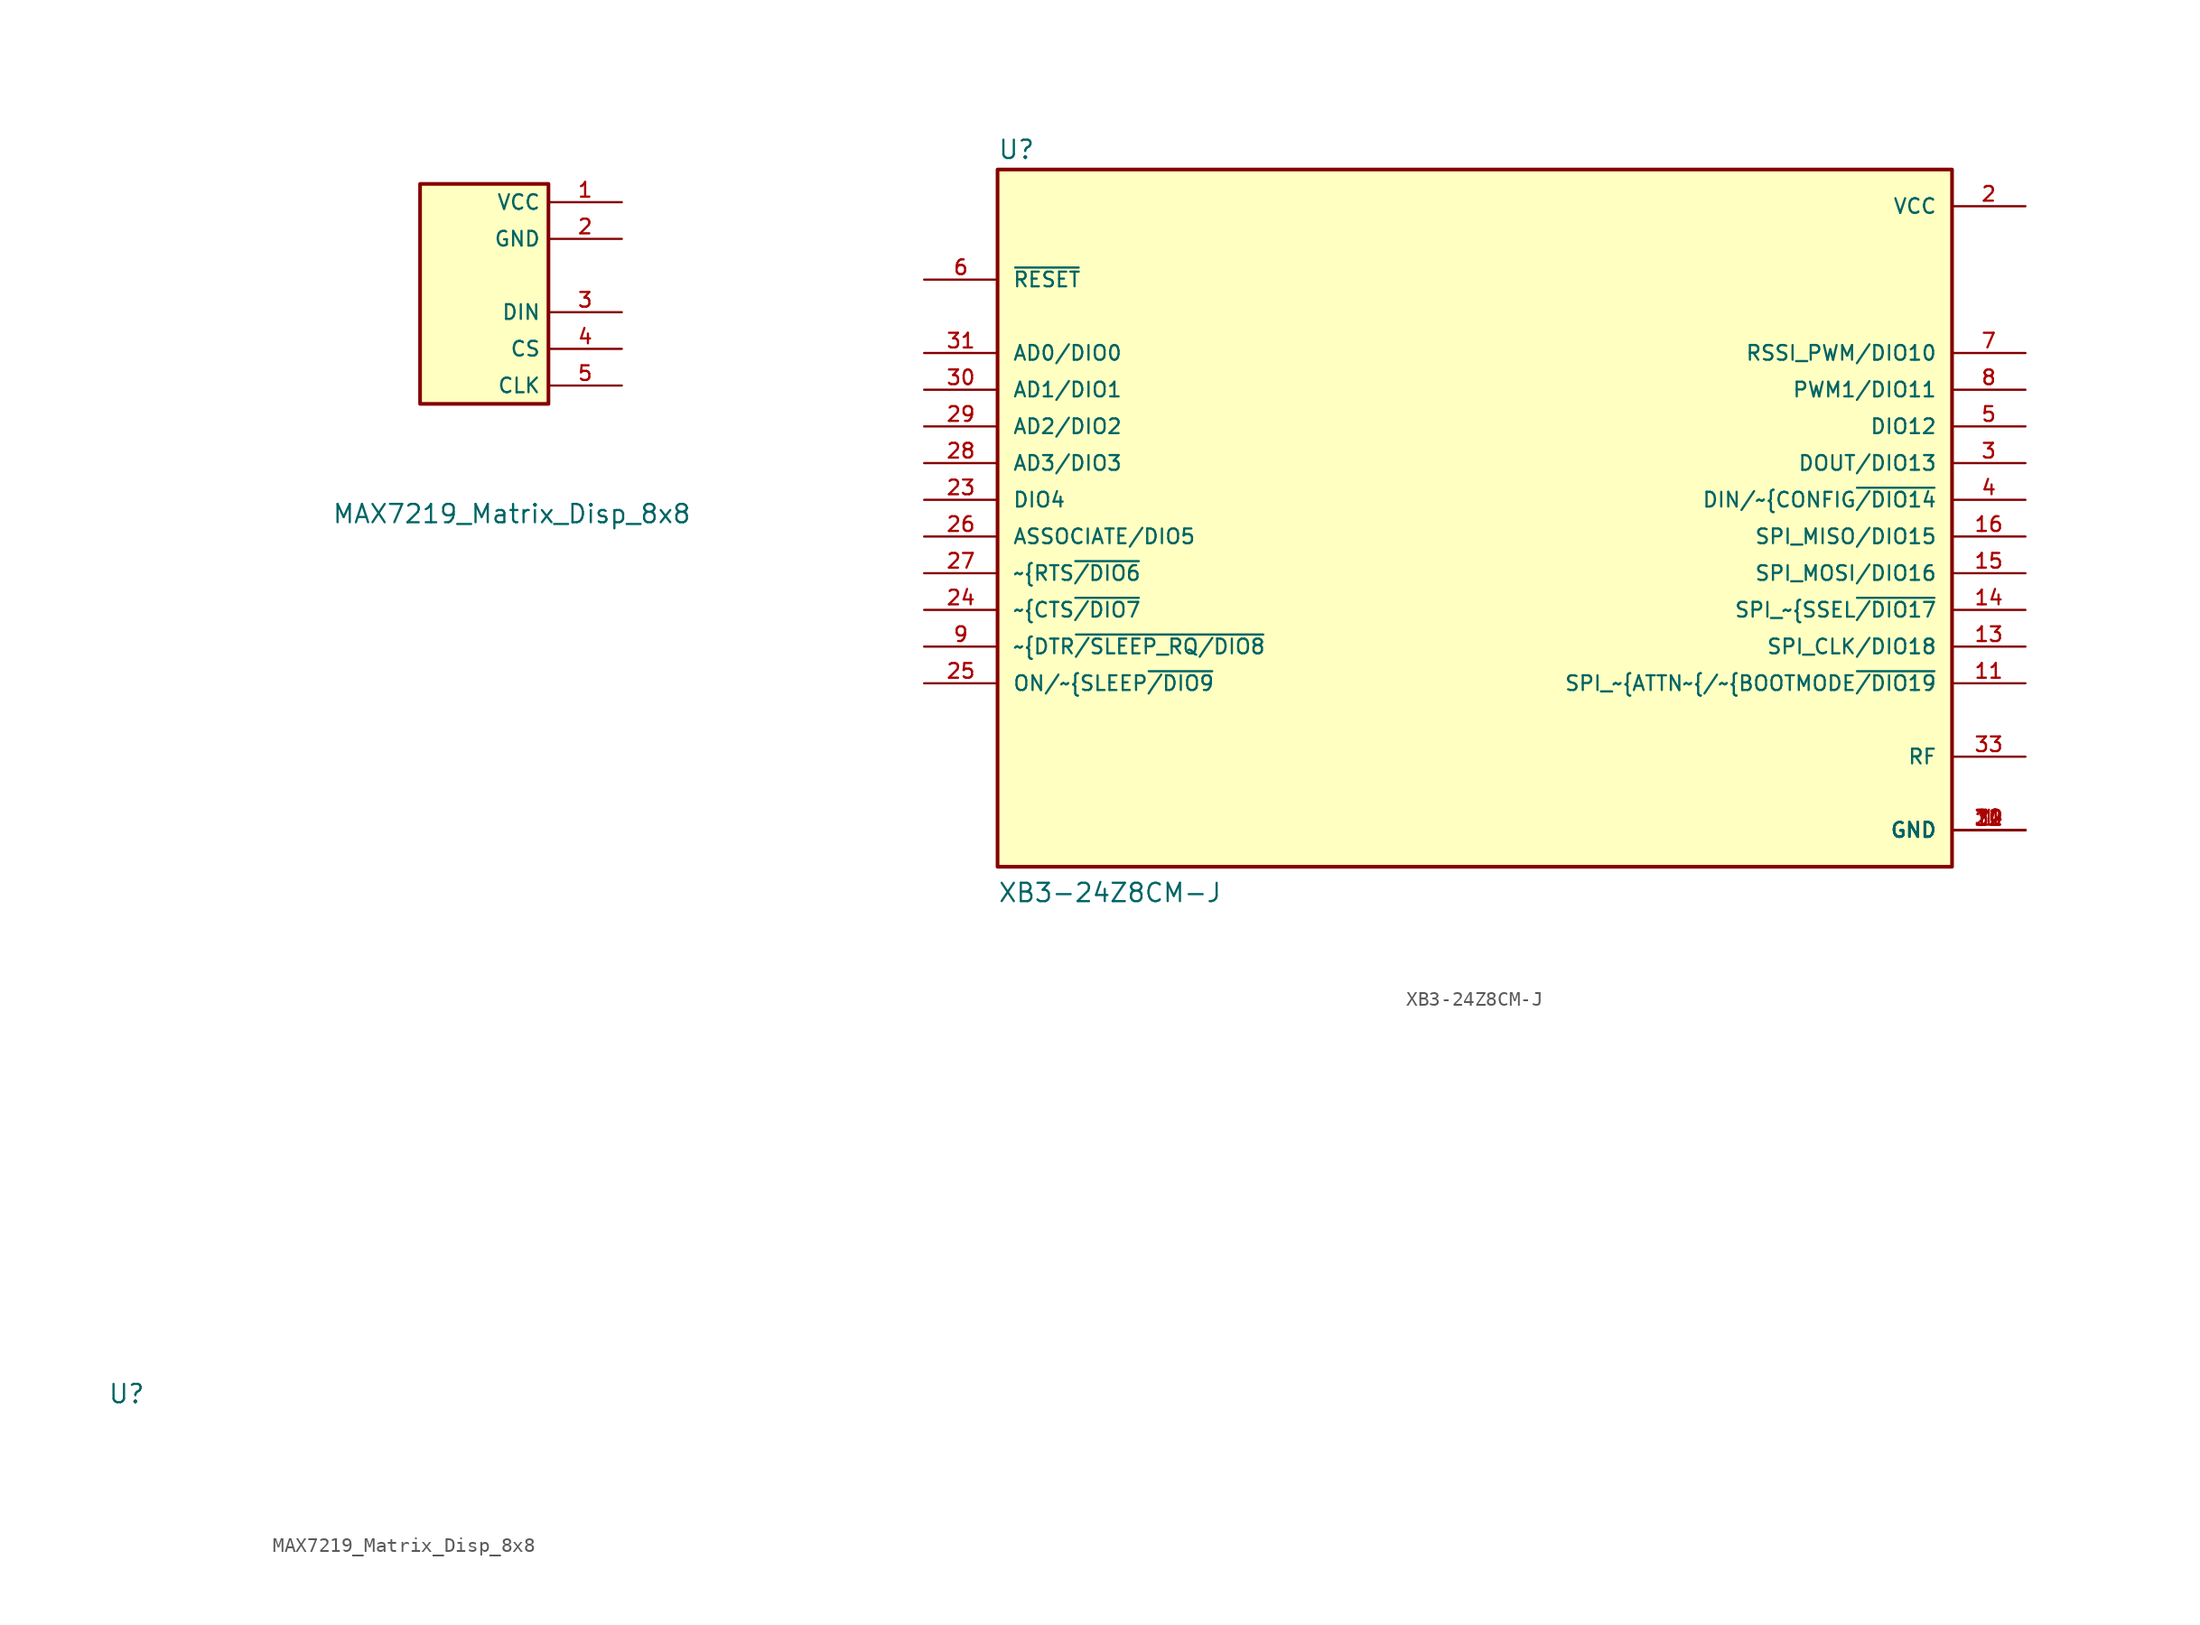
<source format=kicad_sym>
(kicad_symbol_lib
  (version 20211014)
  (generator kicad_symbol_editor)
  (symbol "MAX7219_Matrix_Disp_8x8"
    (property "Reference" "U"
      (at 0 0 0)
      (effects (font (size 1.27 1.27))))
    (property "Value" "MAX7219_Matrix_Disp_8x8"
      (at 26.67 60.96 0)
      (effects (font (size 1.27 1.27))))
    (symbol "MAX7219_Matrix_Disp_8x8_0_0"
      (rectangle (start 20.32 83.82) (end 29.21 68.58) (stroke (width 0.254) (type default) (color 0 0 0 0)) (fill (type background)))
      (pin power_in line (at 34.29 82.55 180) (length 5.08) (name "VCC" (effects (font (size 1.016 1.016)))) (number "1" (effects (font (size 1.016 1.016)))))
      (pin power_in line (at 34.29 80.01 180) (length 5.08) (name "GND" (effects (font (size 1.016 1.016)))) (number "2" (effects (font (size 1.016 1.016)))))
      (pin output line (at 34.29 74.93 180) (length 5.08) (name "DIN" (effects (font (size 1.016 1.016)))) (number "3" (effects (font (size 1.016 1.016)))))
      (pin input line (at 34.29 72.39 180) (length 5.08) (name "CS" (effects (font (size 1.016 1.016)))) (number "4" (effects (font (size 1.016 1.016)))))
      (pin input line (at 34.29 69.85 180) (length 5.08) (name "CLK" (effects (font (size 1.016 1.016)))) (number "5" (effects (font (size 1.016 1.016)))))))
  (symbol "XB3-24Z8CM-J"
    (pin_names
      (offset 1.016))
    (property "Reference" "U"
      (at -33.02 26.035 0)
      (effects (font (size 1.27 1.27)) (justify left bottom)))
    (property "Value" "XB3-24Z8CM-J"
      (at -33.02 -25.4 0)
      (effects (font (size 1.27 1.27)) (justify left bottom)))
    (symbol "XB3-24Z8CM-J_0_0"
      (rectangle (start -33.02 -22.86) (end 33.02 25.4) (stroke (width 0.254) (type default) (color 0 0 0 0)) (fill (type background)))
      (pin power_in line (at 38.1 -20.32 180) (length 5.08) (name "GND" (effects (font (size 1.016 1.016)))) (number "1" (effects (font (size 1.016 1.016)))))
      (pin power_in line (at 38.1 -20.32 180) (length 5.08) (name "GND" (effects (font (size 1.016 1.016)))) (number "10" (effects (font (size 1.016 1.016)))))
      (pin bidirectional line (at 38.1 -10.16 180) (length 5.08) (name "SPI_~{ATTN~{/~{BOOTMODE~{/DIO19}" (effects (font (size 1.016 1.016)))) (number "11" (effects (font (size 1.016 1.016)))))
      (pin power_in line (at 38.1 -20.32 180) (length 5.08) (name "GND" (effects (font (size 1.016 1.016)))) (number "12" (effects (font (size 1.016 1.016)))))
      (pin bidirectional line (at 38.1 -7.62 180) (length 5.08) (name "SPI_CLK/DIO18" (effects (font (size 1.016 1.016)))) (number "13" (effects (font (size 1.016 1.016)))))
      (pin bidirectional line (at 38.1 -5.08 180) (length 5.08) (name "SPI_~{SSEL~{/DIO17}" (effects (font (size 1.016 1.016)))) (number "14" (effects (font (size 1.016 1.016)))))
      (pin bidirectional line (at 38.1 -2.54 180) (length 5.08) (name "SPI_MOSI/DIO16" (effects (font (size 1.016 1.016)))) (number "15" (effects (font (size 1.016 1.016)))))
      (pin bidirectional line (at 38.1 0 180) (length 5.08) (name "SPI_MISO/DIO15" (effects (font (size 1.016 1.016)))) (number "16" (effects (font (size 1.016 1.016)))))
      (pin power_in line (at 38.1 22.86 180) (length 5.08) (name "VCC" (effects (font (size 1.016 1.016)))) (number "2" (effects (font (size 1.016 1.016)))))
      (pin power_in line (at 38.1 -20.32 180) (length 5.08) (name "GND" (effects (font (size 1.016 1.016)))) (number "21" (effects (font (size 1.016 1.016)))))
      (pin bidirectional line (at -38.1 2.54 0) (length 5.08) (name "DIO4" (effects (font (size 1.016 1.016)))) (number "23" (effects (font (size 1.016 1.016)))))
      (pin bidirectional line (at -38.1 -5.08 0) (length 5.08) (name "~{CTS~{/DIO7}" (effects (font (size 1.016 1.016)))) (number "24" (effects (font (size 1.016 1.016)))))
      (pin bidirectional line (at -38.1 -10.16 0) (length 5.08) (name "ON/~{SLEEP~{/DIO9}" (effects (font (size 1.016 1.016)))) (number "25" (effects (font (size 1.016 1.016)))))
      (pin bidirectional line (at -38.1 0 0) (length 5.08) (name "ASSOCIATE/DIO5" (effects (font (size 1.016 1.016)))) (number "26" (effects (font (size 1.016 1.016)))))
      (pin bidirectional line (at -38.1 -2.54 0) (length 5.08) (name "~{RTS~{/DIO6}" (effects (font (size 1.016 1.016)))) (number "27" (effects (font (size 1.016 1.016)))))
      (pin bidirectional line (at -38.1 5.08 0) (length 5.08) (name "AD3/DIO3" (effects (font (size 1.016 1.016)))) (number "28" (effects (font (size 1.016 1.016)))))
      (pin bidirectional line (at -38.1 7.62 0) (length 5.08) (name "AD2/DIO2" (effects (font (size 1.016 1.016)))) (number "29" (effects (font (size 1.016 1.016)))))
      (pin bidirectional line (at 38.1 5.08 180) (length 5.08) (name "DOUT/DIO13" (effects (font (size 1.016 1.016)))) (number "3" (effects (font (size 1.016 1.016)))))
      (pin bidirectional line (at -38.1 10.16 0) (length 5.08) (name "AD1/DIO1" (effects (font (size 1.016 1.016)))) (number "30" (effects (font (size 1.016 1.016)))))
      (pin bidirectional line (at -38.1 12.7 0) (length 5.08) (name "AD0/DIO0" (effects (font (size 1.016 1.016)))) (number "31" (effects (font (size 1.016 1.016)))))
      (pin power_in line (at 38.1 -20.32 180) (length 5.08) (name "GND" (effects (font (size 1.016 1.016)))) (number "32" (effects (font (size 1.016 1.016)))))
      (pin bidirectional line (at 38.1 -15.24 180) (length 5.08) (name "RF" (effects (font (size 1.016 1.016)))) (number "33" (effects (font (size 1.016 1.016)))))
      (pin power_in line (at 38.1 -20.32 180) (length 5.08) (name "GND" (effects (font (size 1.016 1.016)))) (number "34" (effects (font (size 1.016 1.016)))))
      (pin bidirectional line (at 38.1 2.54 180) (length 5.08) (name "DIN/~{CONFIG~{/DIO14}" (effects (font (size 1.016 1.016)))) (number "4" (effects (font (size 1.016 1.016)))))
      (pin bidirectional line (at 38.1 7.62 180) (length 5.08) (name "DIO12" (effects (font (size 1.016 1.016)))) (number "5" (effects (font (size 1.016 1.016)))))
      (pin input line (at -38.1 17.78 0) (length 5.08) (name "~{RESET}" (effects (font (size 1.016 1.016)))) (number "6" (effects (font (size 1.016 1.016)))))
      (pin bidirectional line (at 38.1 12.7 180) (length 5.08) (name "RSSI_PWM/DIO10" (effects (font (size 1.016 1.016)))) (number "7" (effects (font (size 1.016 1.016)))))
      (pin bidirectional line (at 38.1 10.16 180) (length 5.08) (name "PWM1/DIO11" (effects (font (size 1.016 1.016)))) (number "8" (effects (font (size 1.016 1.016)))))
      (pin bidirectional line (at -38.1 -7.62 0) (length 5.08) (name "~{DTR~{/SLEEP_RQ/DIO8}" (effects (font (size 1.016 1.016)))) (number "9" (effects (font (size 1.016 1.016))))))))
</source>
